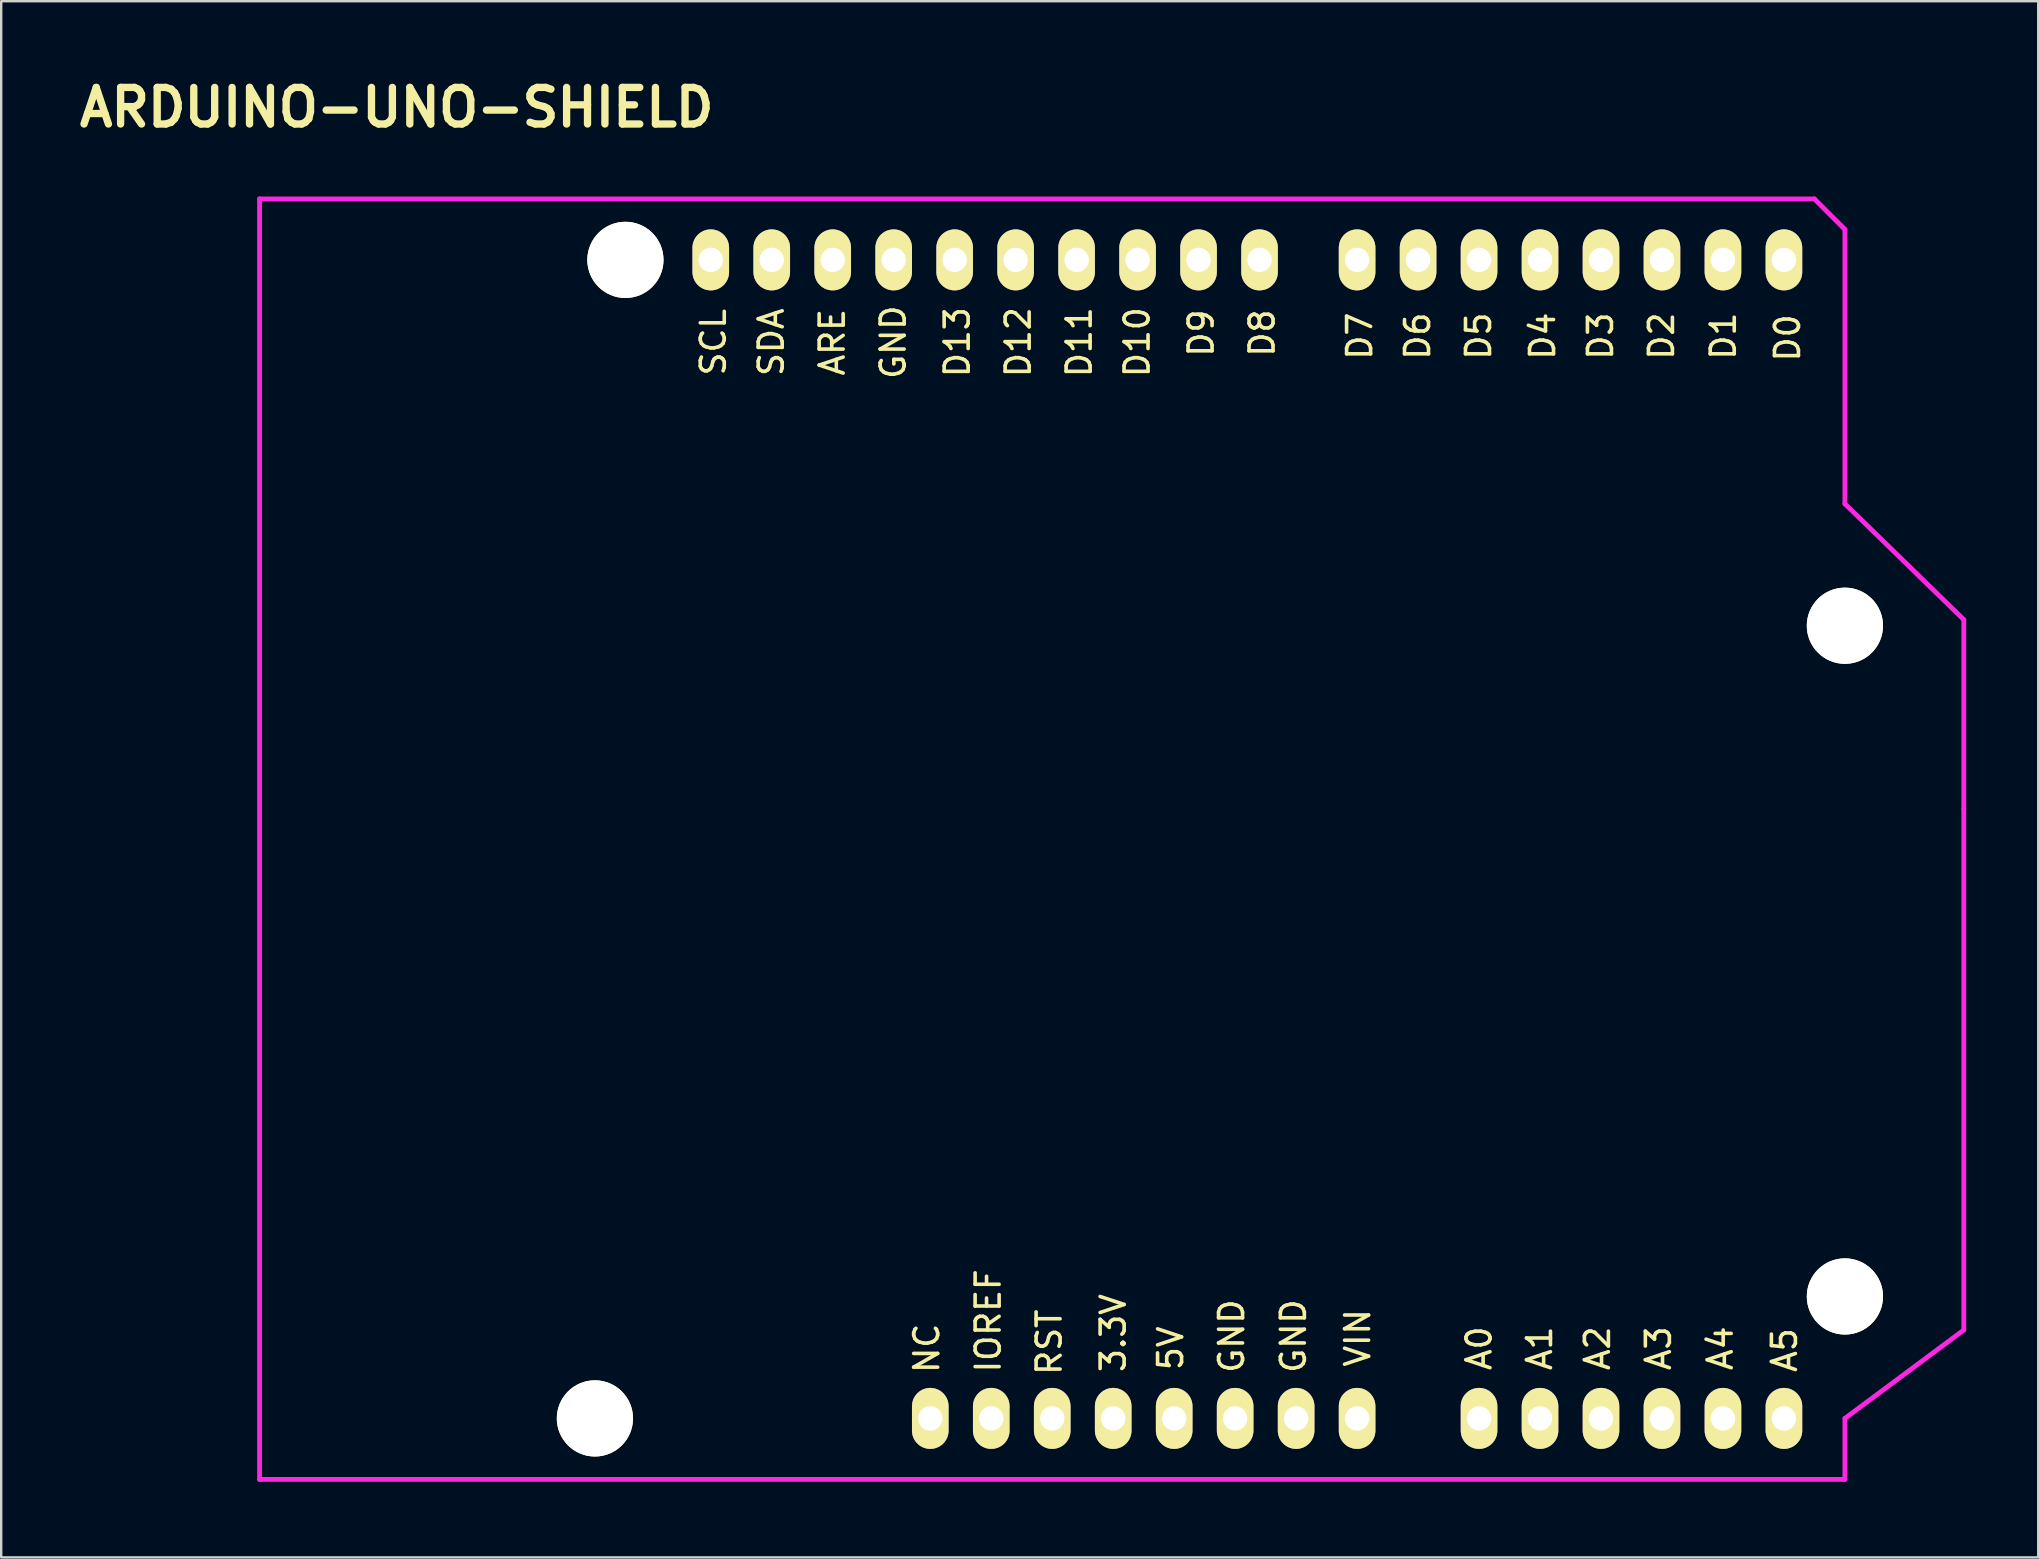
<source format=kicad_pcb>
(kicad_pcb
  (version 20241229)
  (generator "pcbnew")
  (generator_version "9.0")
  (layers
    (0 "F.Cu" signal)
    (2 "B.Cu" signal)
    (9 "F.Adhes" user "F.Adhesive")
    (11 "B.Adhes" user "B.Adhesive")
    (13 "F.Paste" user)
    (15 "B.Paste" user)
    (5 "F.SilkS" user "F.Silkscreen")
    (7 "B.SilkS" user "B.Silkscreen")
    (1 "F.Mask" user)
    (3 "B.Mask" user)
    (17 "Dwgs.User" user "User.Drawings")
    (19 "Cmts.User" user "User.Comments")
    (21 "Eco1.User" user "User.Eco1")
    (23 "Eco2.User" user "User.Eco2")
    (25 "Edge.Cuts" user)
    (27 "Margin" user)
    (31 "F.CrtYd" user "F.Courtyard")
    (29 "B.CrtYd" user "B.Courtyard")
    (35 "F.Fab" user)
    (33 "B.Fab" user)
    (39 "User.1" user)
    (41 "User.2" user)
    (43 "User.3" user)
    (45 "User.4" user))
  (footprint "ARDUINO-UNO-SHIELD"
    (layer "F.Cu")
    (at 7.762 58.576)
    (property "Reference" "ARDUINO-UNO-SHIELD" (at 5.715 -57.15 0) (layer "F.SilkS") (effects (font (size 1.524 1.524) (thickness 0.305))))
    (attr through_hole)
    (fp_line (start 0 0) (end 0 -53.34) (stroke (width 0.2) (type solid)) (layer "F.CrtYd"))
    (fp_line (start 0 0) (end 66.04 0) (stroke (width 0.2) (type solid)) (layer "F.CrtYd"))
    (fp_line (start 64.77 -53.34) (end 0 -53.34) (stroke (width 0.2) (type solid)) (layer "F.CrtYd"))
    (fp_line (start 66.04 -52.07) (end 64.77 -53.34) (stroke (width 0.2) (type solid)) (layer "F.CrtYd"))
    (fp_line (start 66.04 -40.64) (end 66.04 -52.07) (stroke (width 0.2) (type solid)) (layer "F.CrtYd"))
    (fp_line (start 66.04 -40.64) (end 70.993 -35.814) (stroke (width 0.2) (type solid)) (layer "F.CrtYd"))
    (fp_line (start 66.04 -2.54) (end 66.04 0) (stroke (width 0.2) (type solid)) (layer "F.CrtYd"))
    (fp_line (start 66.04 -2.54) (end 70.993 -6.223) (stroke (width 0.2) (type solid)) (layer "F.CrtYd"))
    (fp_line (start 70.993 -35.814) (end 70.993 -27.94) (stroke (width 0.2) (type solid)) (layer "F.CrtYd"))
    (fp_line (start 70.993 -27.94) (end 70.993 -6.223) (stroke (width 0.2) (type solid)) (layer "F.CrtYd"))
    (fp_text user "D0" (at 63.65 -47.55 90) (layer "F.SilkS") (effects (font (size 1 1) (thickness 0.15))))
    (fp_text user "D1" (at 60.975 -47.625 90) (layer "F.SilkS") (effects (font (size 1 1) (thickness 0.15))))
    (fp_text user "A1" (at 53.32 -5.461 90) (layer "F.SilkS") (effects (font (size 1 1) (thickness 0.15))))
    (fp_text user "D3" (at 55.86 -47.625 90) (layer "F.SilkS") (effects (font (size 1 1) (thickness 0.15))))
    (fp_text user "D5" (at 50.78 -47.625 90) (layer "F.SilkS") (effects (font (size 1 1) (thickness 0.15))))
    (fp_text user "IOREF" (at 30.353 -6.604 90) (layer "F.SilkS") (effects (font (size 1 1) (thickness 0.15))))
    (fp_text user "D12" (at 31.603 -47.371 90) (layer "F.SilkS") (effects (font (size 1 1) (thickness 0.15))))
    (fp_text user "A2" (at 55.733 -5.461 90) (layer "F.SilkS") (effects (font (size 1 1) (thickness 0.15))))
    (fp_text user "A4" (at 60.848 -5.461 90) (layer "F.SilkS") (effects (font (size 1 1) (thickness 0.15))))
    (fp_text user "GND" (at 43.068 -5.969 90) (layer "F.SilkS") (effects (font (size 1 1) (thickness 0.15))))
    (fp_text user "VIN" (at 45.743 -5.894 90) (layer "F.SilkS") (effects (font (size 1 1) (thickness 0.15))))
    (fp_text user "SDA" (at 21.316 -47.371 90) (layer "F.SilkS") (effects (font (size 1 1) (thickness 0.15))))
    (fp_text user "ARE" (at 23.856 -47.371 90) (layer "F.SilkS") (effects (font (size 1 1) (thickness 0.15))))
    (fp_text user "RST" (at 32.893 -5.715 90) (layer "F.SilkS") (effects (font (size 1 1) (thickness 0.15))))
    (fp_text user "D9" (at 39.223 -47.752 90) (layer "F.SilkS") (effects (font (size 1 1) (thickness 0.15))))
    (fp_text user "SCL" (at 18.903 -47.371 90) (layer "F.SilkS") (effects (font (size 1 1) (thickness 0.15))))
    (fp_text user "3.3V" (at 35.56 -6.096 90) (layer "F.SilkS") (effects (font (size 1 1) (thickness 0.15))))
    (fp_text user "A3" (at 58.273 -5.461 90) (layer "F.SilkS") (effects (font (size 1 1) (thickness 0.15))))
    (fp_text user "D13" (at 29.063 -47.371 90) (layer "F.SilkS") (effects (font (size 1 1) (thickness 0.15))))
    (fp_text user "GND" (at 40.493 -5.969 90) (layer "F.SilkS") (effects (font (size 1 1) (thickness 0.15))))
    (fp_text user "5V" (at 37.953 -5.461 90) (layer "F.SilkS") (effects (font (size 1 1) (thickness 0.15))))
    (fp_text user "D10" (at 36.556 -47.371 90) (layer "F.SilkS") (effects (font (size 1 1) (thickness 0.15))))
    (fp_text user "NC" (at 27.793 -5.461 90) (layer "F.SilkS") (effects (font (size 1 1) (thickness 0.15))))
    (fp_text user "D11" (at 34.143 -47.371 90) (layer "F.SilkS") (effects (font (size 1 1) (thickness 0.15))))
    (fp_text user "GND" (at 26.396 -47.371 90) (layer "F.SilkS") (effects (font (size 1 1) (thickness 0.15))))
    (fp_text user "D8" (at 41.763 -47.752 90) (layer "F.SilkS") (effects (font (size 1 1) (thickness 0.15))))
    (fp_text user "D6" (at 48.24 -47.625 90) (layer "F.SilkS") (effects (font (size 1 1) (thickness 0.15))))
    (fp_text user "A5" (at 63.523 -5.386 90) (layer "F.SilkS") (effects (font (size 1 1) (thickness 0.15))))
    (fp_text user "D7" (at 45.827 -47.625 90) (layer "F.SilkS") (effects (font (size 1 1) (thickness 0.15))))
    (fp_text user "D2" (at 58.4 -47.625 90) (layer "F.SilkS") (effects (font (size 1 1) (thickness 0.15))))
    (fp_text user "A0" (at 50.8 -5.461 90) (layer "F.SilkS") (effects (font (size 1 1) (thickness 0.15))))
    (fp_text user "D4" (at 53.447 -47.625 90) (layer "F.SilkS") (effects (font (size 1 1) (thickness 0.15))))
    (pad "" np_thru_hole circle (at 13.97 -2.54 90) (size 3.175 3.175) (drill 3.175) (layers "*.Cu" "*.Mask" "F.SilkS"))
    (pad "" np_thru_hole circle (at 15.24 -50.8 90) (size 3.175 3.175) (drill 3.175) (layers "*.Cu" "*.Mask" "F.SilkS"))
    (pad "" np_thru_hole circle (at 66.04 -35.56 90) (size 3.175 3.175) (drill 3.175) (layers "*.Cu" "*.Mask" "F.SilkS"))
    (pad "" np_thru_hole circle (at 66.04 -7.62 90) (size 3.175 3.175) (drill 3.175) (layers "*.Cu" "*.Mask" "F.SilkS"))
    (pad "3V3" thru_hole oval (at 35.56 -2.54 90) (size 2.54 1.524) (drill 1.016) (layers "*.Cu" "*.Mask" "F.SilkS"))
    (pad "5V" thru_hole oval (at 38.1 -2.54 90) (size 2.54 1.524) (drill 1.016) (layers "*.Cu" "*.Mask" "F.SilkS"))
    (pad "A0" thru_hole oval (at 50.8 -2.54 90) (size 2.54 1.524) (drill 1.016) (layers "*.Cu" "*.Mask" "F.SilkS"))
    (pad "A1" thru_hole oval (at 53.34 -2.54 90) (size 2.54 1.524) (drill 1.016) (layers "*.Cu" "*.Mask" "F.SilkS"))
    (pad "A2" thru_hole oval (at 55.88 -2.54 90) (size 2.54 1.524) (drill 1.016) (layers "*.Cu" "*.Mask" "F.SilkS"))
    (pad "A3" thru_hole oval (at 58.42 -2.54 90) (size 2.54 1.524) (drill 1.016) (layers "*.Cu" "*.Mask" "F.SilkS"))
    (pad "A4" thru_hole oval (at 60.96 -2.54 90) (size 2.54 1.524) (drill 1.016) (layers "*.Cu" "*.Mask" "F.SilkS"))
    (pad "A5" thru_hole oval (at 63.5 -2.54 90) (size 2.54 1.524) (drill 1.016) (layers "*.Cu" "*.Mask" "F.SilkS"))
    (pad "AREF" thru_hole oval (at 23.876 -50.8 90) (size 2.54 1.524) (drill 1.016) (layers "*.Cu" "*.Mask" "F.SilkS"))
    (pad "D0" thru_hole oval (at 63.5 -50.8 90) (size 2.54 1.524) (drill 1.016) (layers "*.Cu" "*.Mask" "F.SilkS"))
    (pad "D1" thru_hole oval (at 60.96 -50.8 90) (size 2.54 1.524) (drill 1.016) (layers "*.Cu" "*.Mask" "F.SilkS"))
    (pad "D2" thru_hole oval (at 58.42 -50.8 90) (size 2.54 1.524) (drill 1.016) (layers "*.Cu" "*.Mask" "F.SilkS"))
    (pad "D3" thru_hole oval (at 55.88 -50.8 90) (size 2.54 1.524) (drill 1.016) (layers "*.Cu" "*.Mask" "F.SilkS"))
    (pad "D4" thru_hole oval (at 53.34 -50.8 90) (size 2.54 1.524) (drill 1.016) (layers "*.Cu" "*.Mask" "F.SilkS"))
    (pad "D5" thru_hole oval (at 50.8 -50.8 90) (size 2.54 1.524) (drill 1.016) (layers "*.Cu" "*.Mask" "F.SilkS"))
    (pad "D6" thru_hole oval (at 48.26 -50.8 90) (size 2.54 1.524) (drill 1.016) (layers "*.Cu" "*.Mask" "F.SilkS"))
    (pad "D7" thru_hole oval (at 45.72 -50.8 90) (size 2.54 1.524) (drill 1.016) (layers "*.Cu" "*.Mask" "F.SilkS"))
    (pad "D8" thru_hole oval (at 41.656 -50.8 90) (size 2.54 1.524) (drill 1.016) (layers "*.Cu" "*.Mask" "F.SilkS"))
    (pad "D9" thru_hole oval (at 39.116 -50.8 90) (size 2.54 1.524) (drill 1.016) (layers "*.Cu" "*.Mask" "F.SilkS"))
    (pad "D10" thru_hole oval (at 36.576 -50.8 90) (size 2.54 1.524) (drill 1.016) (layers "*.Cu" "*.Mask" "F.SilkS"))
    (pad "D11" thru_hole oval (at 34.036 -50.8 90) (size 2.54 1.524) (drill 1.016) (layers "*.Cu" "*.Mask" "F.SilkS"))
    (pad "D12" thru_hole oval (at 31.496 -50.8 90) (size 2.54 1.524) (drill 1.016) (layers "*.Cu" "*.Mask" "F.SilkS"))
    (pad "D13" thru_hole oval (at 28.956 -50.8 90) (size 2.54 1.524) (drill 1.016) (layers "*.Cu" "*.Mask" "F.SilkS"))
    (pad "GND1" thru_hole oval (at 40.64 -2.54 90) (size 2.54 1.524) (drill 1.016) (layers "*.Cu" "*.Mask" "F.SilkS"))
    (pad "GND2" thru_hole oval (at 43.18 -2.54 90) (size 2.54 1.524) (drill 1.016) (layers "*.Cu" "*.Mask" "F.SilkS"))
    (pad "GND3" thru_hole oval (at 26.416 -50.8 90) (size 2.54 1.524) (drill 1.016) (layers "*.Cu" "*.Mask" "F.SilkS"))
    (pad "IO" thru_hole oval (at 30.48 -2.54 90) (size 2.54 1.524) (drill 1.016) (layers "*.Cu" "*.Mask" "F.SilkS"))
    (pad "NC" thru_hole oval (at 27.94 -2.54 90) (size 2.54 1.524) (drill 1.016) (layers "*.Cu" "*.Mask" "F.SilkS"))
    (pad "RST" thru_hole oval (at 33.02 -2.54 90) (size 2.54 1.524) (drill 1.016) (layers "*.Cu" "*.Mask" "F.SilkS"))
    (pad "SCL" thru_hole oval (at 18.796 -50.8 90) (size 2.54 1.524) (drill 1.016) (layers "*.Cu" "*.Mask" "F.SilkS"))
    (pad "SDA" thru_hole oval (at 21.336 -50.8 90) (size 2.54 1.524) (drill 1.016) (layers "*.Cu" "*.Mask" "F.SilkS"))
    (pad "VIN" thru_hole oval (at 45.72 -2.54 90) (size 2.54 1.524) (drill 1.016) (layers "*.Cu" "*.Mask" "F.SilkS")))
  (gr_rect
    (start -3 -3)
    (end 81.855 61.826)
    (stroke (width 0.1) (type default))
    (fill no)
    (layer "Edge.Cuts")))
</source>
